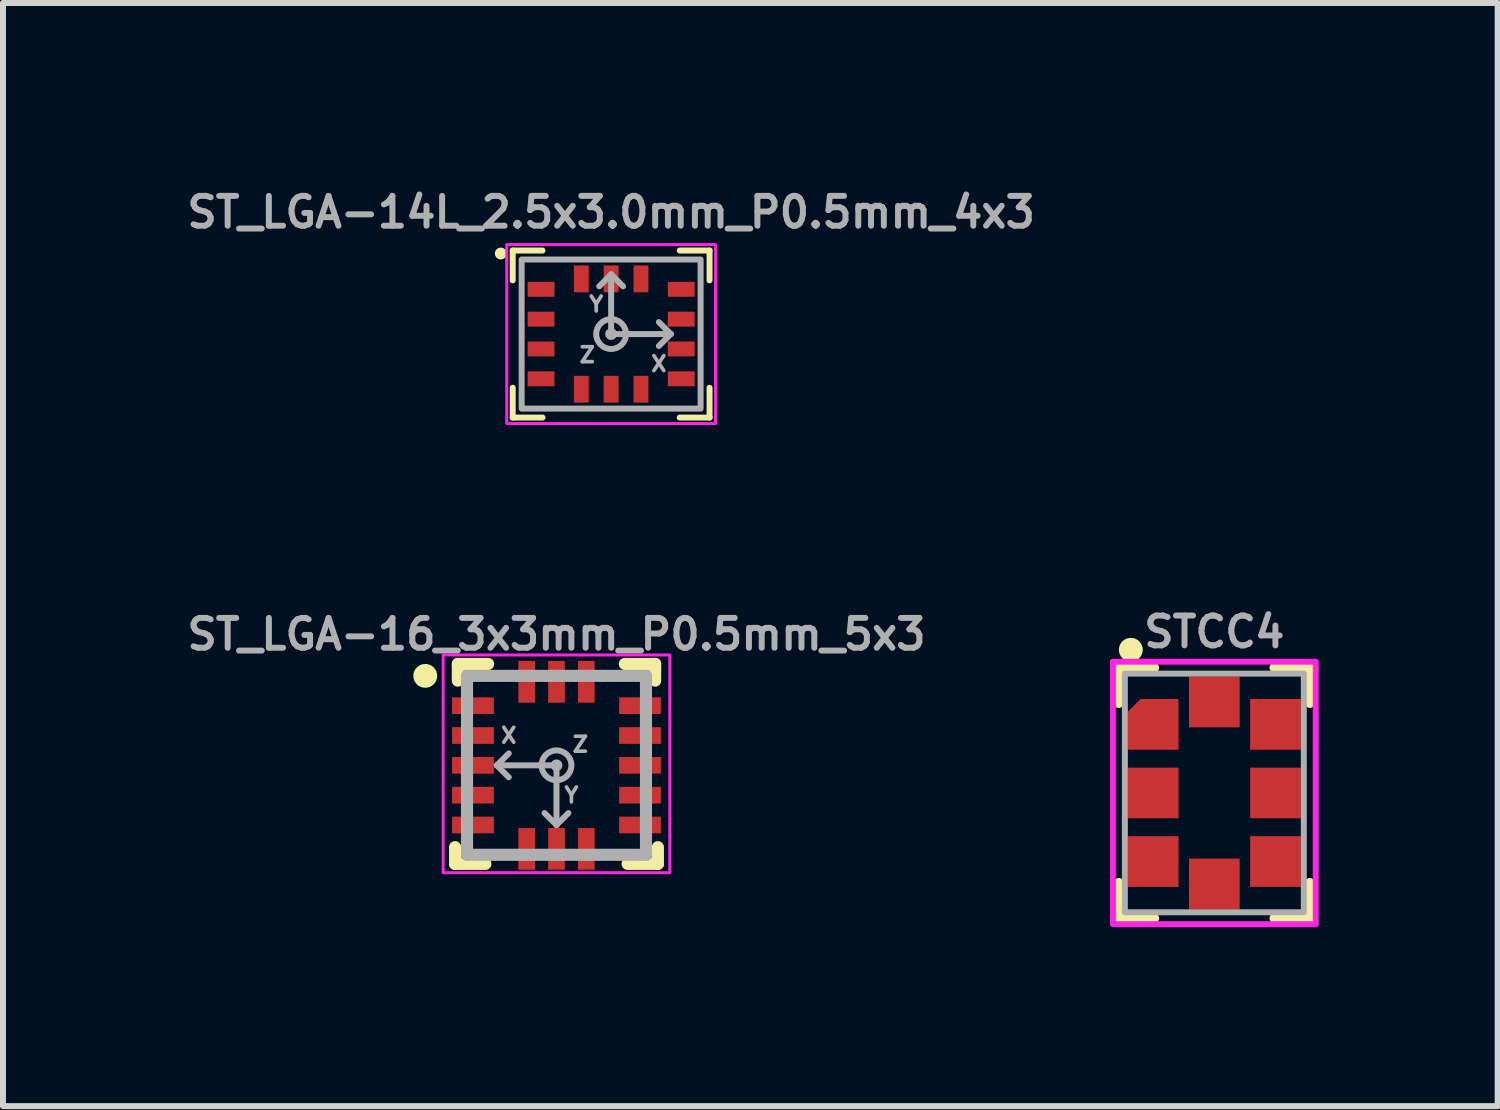
<source format=kicad_pcb>
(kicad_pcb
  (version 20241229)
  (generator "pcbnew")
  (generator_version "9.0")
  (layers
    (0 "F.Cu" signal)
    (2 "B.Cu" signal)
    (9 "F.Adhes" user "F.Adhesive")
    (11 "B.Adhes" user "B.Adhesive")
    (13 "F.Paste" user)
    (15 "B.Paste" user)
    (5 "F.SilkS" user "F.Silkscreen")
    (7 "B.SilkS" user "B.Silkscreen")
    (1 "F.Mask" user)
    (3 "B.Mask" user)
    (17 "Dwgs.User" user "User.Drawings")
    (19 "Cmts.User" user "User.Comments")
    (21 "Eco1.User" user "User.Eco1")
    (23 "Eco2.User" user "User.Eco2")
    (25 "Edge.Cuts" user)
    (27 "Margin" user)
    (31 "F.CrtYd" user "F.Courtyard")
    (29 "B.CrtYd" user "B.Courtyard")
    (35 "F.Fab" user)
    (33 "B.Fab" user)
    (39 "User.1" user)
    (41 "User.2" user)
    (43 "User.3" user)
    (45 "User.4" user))
  (footprint "ST_LGA-14L_2.5x3.0mm_P0.5mm_4x3"
    (layer "F.Cu")
    (at 7.195 2.55)
    (property "Reference" "ST_LGA-14L_2.5x3.0mm_P0.5mm_4x3" (at 0 -1.75 180) (layer "F.Fab") (effects (font (size 0.5 0.5) (thickness 0.1) (bold yes)) (justify bottom)))
    (fp_line (start -1.65 -1.4) (end -1.15 -1.4) (stroke (width 0.1) (type default)) (layer "F.SilkS"))
    (fp_line (start -1.65 -0.9) (end -1.65 -1.4) (stroke (width 0.1) (type default)) (layer "F.SilkS"))
    (fp_line (start -1.65 1.4) (end -1.65 0.9) (stroke (width 0.1) (type default)) (layer "F.SilkS"))
    (fp_line (start -1.15 1.4) (end -1.65 1.4) (stroke (width 0.1) (type default)) (layer "F.SilkS"))
    (fp_line (start 1.15 -1.4) (end 1.65 -1.4) (stroke (width 0.1) (type default)) (layer "F.SilkS"))
    (fp_line (start 1.65 -1.4) (end 1.65 -0.9) (stroke (width 0.1) (type default)) (layer "F.SilkS"))
    (fp_line (start 1.65 0.9) (end 1.65 1.4) (stroke (width 0.1) (type default)) (layer "F.SilkS"))
    (fp_line (start 1.65 1.4) (end 1.15 1.4) (stroke (width 0.1) (type default)) (layer "F.SilkS"))
    (fp_circle (center -1.85 -1.35) (end -1.8 -1.35) (stroke (width 0.1) (type default)) (fill no) (layer "F.SilkS"))
    (fp_rect (start 1.75 -1.5) (end -1.75 1.5) (stroke (width 0.05) (type default)) (fill no) (layer "F.CrtYd"))
    (fp_line (start 0 -1) (end -0.2 -0.8) (stroke (width 0.1) (type default)) (layer "F.Fab"))
    (fp_line (start 0 -1) (end 0.2 -0.8) (stroke (width 0.1) (type default)) (layer "F.Fab"))
    (fp_line (start 0 0) (end 0 -1) (stroke (width 0.1) (type default)) (layer "F.Fab"))
    (fp_line (start 0 0) (end 1 0) (stroke (width 0.1) (type default)) (layer "F.Fab"))
    (fp_line (start 1 0) (end 0.8 -0.2) (stroke (width 0.1) (type default)) (layer "F.Fab"))
    (fp_line (start 1 0) (end 0.8 0.2) (stroke (width 0.1) (type default)) (layer "F.Fab"))
    (fp_rect (start -1.5 -1.25) (end 1.5 1.25) (stroke (width 0.1) (type default)) (fill no) (layer "F.Fab"))
    (fp_circle (center 0 0) (end 0.05 0) (stroke (width 0.1) (type default)) (fill no) (layer "F.Fab"))
    (fp_circle (center 0 0) (end 0.25 0) (stroke (width 0.1) (type default)) (fill no) (layer "F.Fab"))
    (fp_text user "X" (at 0.8 0.5 0) (unlocked yes) (layer "F.Fab") (effects (font (size 0.25 0.25) (thickness 0.062))))
    (fp_text user "Y" (at -0.25 -0.5 0) (unlocked yes) (layer "F.Fab") (effects (font (size 0.25 0.25) (thickness 0.062))))
    (fp_text user "Z" (at -0.4 0.35 0) (unlocked yes) (layer "F.Fab") (effects (font (size 0.25 0.25) (thickness 0.062))))
    (pad "1" smd rect (at -1.175 -0.75) (size 0.45 0.25) (layers "F.Cu" "F.Mask" "F.Paste"))
    (pad "2" smd rect (at -1.175 -0.25) (size 0.45 0.25) (layers "F.Cu" "F.Mask" "F.Paste"))
    (pad "3" smd rect (at -1.175 0.25) (size 0.45 0.25) (layers "F.Cu" "F.Mask" "F.Paste"))
    (pad "4" smd rect (at -1.175 0.75) (size 0.45 0.25) (layers "F.Cu" "F.Mask" "F.Paste"))
    (pad "5" smd rect (at -0.5 0.925 90) (size 0.45 0.25) (layers "F.Cu" "F.Mask" "F.Paste"))
    (pad "6" smd rect (at 0 0.925 90) (size 0.45 0.25) (layers "F.Cu" "F.Mask" "F.Paste"))
    (pad "7" smd rect (at 0.5 0.925 90) (size 0.45 0.25) (layers "F.Cu" "F.Mask" "F.Paste"))
    (pad "8" smd rect (at 1.175 0.75) (size 0.45 0.25) (layers "F.Cu" "F.Mask" "F.Paste"))
    (pad "9" smd rect (at 1.175 0.25) (size 0.45 0.25) (layers "F.Cu" "F.Mask" "F.Paste"))
    (pad "10" smd rect (at 1.175 -0.25) (size 0.45 0.25) (layers "F.Cu" "F.Mask" "F.Paste"))
    (pad "11" smd rect (at 1.175 -0.75) (size 0.45 0.25) (layers "F.Cu" "F.Mask" "F.Paste"))
    (pad "12" smd rect (at 0.5 -0.925 90) (size 0.45 0.25) (layers "F.Cu" "F.Mask" "F.Paste"))
    (pad "13" smd rect (at 0 -0.925 90) (size 0.45 0.25) (layers "F.Cu" "F.Mask" "F.Paste"))
    (pad "14" smd rect (at -0.5 -0.925 90) (size 0.45 0.25) (layers "F.Cu" "F.Mask" "F.Paste")))
  (footprint "ST_LGA-16_3x3mm_P0.5mm_5x3"
    (layer "F.Cu")
    (at 6.279 9.78)
    (property "Reference" "ST_LGA-16_3x3mm_P0.5mm_5x3" (at 0 -1.905 0) (unlocked yes) (layer "F.Fab") (effects (font (size 0.5 0.5) (thickness 0.1) (bold yes)) (justify bottom)))
    (fp_line (start -1.7 1.372) (end -1.7 1.652) (stroke (width 0.203) (type solid)) (layer "F.SilkS"))
    (fp_line (start -1.7 1.652) (end -1.192 1.652) (stroke (width 0.203) (type solid)) (layer "F.SilkS"))
    (fp_line (start -1.654 -1.7) (end -1.654 -1.42) (stroke (width 0.203) (type solid)) (layer "F.SilkS"))
    (fp_line (start -1.146 -1.7) (end -1.654 -1.7) (stroke (width 0.203) (type solid)) (layer "F.SilkS"))
    (fp_line (start 1.146 -1.7) (end 1.654 -1.7) (stroke (width 0.203) (type solid)) (layer "F.SilkS"))
    (fp_line (start 1.192 1.652) (end 1.7 1.652) (stroke (width 0.203) (type solid)) (layer "F.SilkS"))
    (fp_line (start 1.654 -1.7) (end 1.654 -1.42) (stroke (width 0.203) (type solid)) (layer "F.SilkS"))
    (fp_line (start 1.7 1.372) (end 1.7 1.652) (stroke (width 0.203) (type solid)) (layer "F.SilkS"))
    (fp_circle (center -2.2 -1.5) (end -2.3 -1.5) (stroke (width 0.2) (type solid)) (fill yes) (layer "F.SilkS"))
    (fp_rect (start -1.9 -1.85) (end 1.9 1.8) (stroke (width 0.05) (type default)) (fill no) (layer "F.CrtYd"))
    (fp_line (start -1.5 -1.5) (end 1.5 -1.5) (stroke (width 0.203) (type solid)) (layer "F.Fab"))
    (fp_line (start -1.5 1.5) (end -1.5 -1.5) (stroke (width 0.203) (type solid)) (layer "F.Fab"))
    (fp_line (start -1 0) (end -0.8 -0.2) (stroke (width 0.1) (type default)) (layer "F.Fab"))
    (fp_line (start -1 0) (end -0.8 0.2) (stroke (width 0.1) (type default)) (layer "F.Fab"))
    (fp_line (start 0 0) (end -1 0) (stroke (width 0.1) (type default)) (layer "F.Fab"))
    (fp_line (start 0 0) (end 0 1) (stroke (width 0.1) (type default)) (layer "F.Fab"))
    (fp_line (start 0 1) (end -0.2 0.8) (stroke (width 0.1) (type default)) (layer "F.Fab"))
    (fp_line (start 0 1) (end 0.2 0.8) (stroke (width 0.1) (type default)) (layer "F.Fab"))
    (fp_line (start 1.5 -1.5) (end 1.5 1.5) (stroke (width 0.203) (type solid)) (layer "F.Fab"))
    (fp_line (start 1.5 1.5) (end -1.5 1.5) (stroke (width 0.203) (type solid)) (layer "F.Fab"))
    (fp_circle (center 0 0) (end -0.25 0) (stroke (width 0.1) (type default)) (fill no) (layer "F.Fab"))
    (fp_circle (center 0 0) (end -0.05 0) (stroke (width 0.1) (type default)) (fill no) (layer "F.Fab"))
    (fp_text user "Z" (at 0.4 -0.35 0) (unlocked yes) (layer "F.Fab") (effects (font (size 0.25 0.25) (thickness 0.062))))
    (fp_text user "Y" (at 0.25 0.5 0) (unlocked yes) (layer "F.Fab") (effects (font (size 0.25 0.25) (thickness 0.062))))
    (fp_text user "X" (at -0.8 -0.5 0) (unlocked yes) (layer "F.Fab") (effects (font (size 0.25 0.25) (thickness 0.062))))
    (pad "1" smd rect (at -1.4 -1 180) (size 0.7 0.28) (layers "F.Cu" "F.Mask" "F.Paste"))
    (pad "2" smd rect (at -1.4 -0.5) (size 0.7 0.28) (layers "F.Cu" "F.Mask" "F.Paste"))
    (pad "3" smd rect (at -1.4 0) (size 0.7 0.28) (layers "F.Cu" "F.Mask" "F.Paste"))
    (pad "4" smd rect (at -1.4 0.5) (size 0.7 0.28) (layers "F.Cu" "F.Mask" "F.Paste"))
    (pad "5" smd rect (at -1.4 1 180) (size 0.7 0.28) (layers "F.Cu" "F.Mask" "F.Paste"))
    (pad "6" smd rect (at -0.5 1.4 90) (size 0.7 0.28) (layers "F.Cu" "F.Mask" "F.Paste"))
    (pad "7" smd rect (at 0 1.4 90) (size 0.7 0.28) (layers "F.Cu" "F.Mask" "F.Paste"))
    (pad "8" smd rect (at 0.5 1.4 90) (size 0.7 0.28) (layers "F.Cu" "F.Mask" "F.Paste"))
    (pad "9" smd rect (at 1.4 1 180) (size 0.7 0.28) (layers "F.Cu" "F.Mask" "F.Paste"))
    (pad "10" smd rect (at 1.4 0.5 180) (size 0.7 0.28) (layers "F.Cu" "F.Mask" "F.Paste"))
    (pad "11" smd rect (at 1.4 0 180) (size 0.7 0.28) (layers "F.Cu" "F.Mask" "F.Paste"))
    (pad "12" smd rect (at 1.4 -0.5 180) (size 0.7 0.28) (layers "F.Cu" "F.Mask" "F.Paste"))
    (pad "13" smd rect (at 1.4 -1 180) (size 0.7 0.28) (layers "F.Cu" "F.Mask" "F.Paste"))
    (pad "14" smd rect (at 0.5 -1.4 270) (size 0.7 0.28) (layers "F.Cu" "F.Mask" "F.Paste"))
    (pad "15" smd rect (at 0 -1.4 270) (size 0.7 0.28) (layers "F.Cu" "F.Mask" "F.Paste"))
    (pad "16" smd rect (at -0.5 -1.4 270) (size 0.7 0.28) (layers "F.Cu" "F.Mask" "F.Paste"))
    (zone (net_name "") (layers "F.Cu" "F.SilkS") (name "MEMs Keepout") (hatch edge 0.5) (connect_pads) (min_thickness 0.25) (filled_areas_thickness no) (keepout (tracks not_allowed) (vias not_allowed) (pads not_allowed) (copperpour not_allowed) (footprints allowed)) (placement (enabled no)) (fill) (polygon (pts (xy 5.329 8.83) (xy 5.329 10.73) (xy 7.229 10.73) (xy 7.229 8.83)))))
  (footprint "STCC4"
    (layer "F.Cu")
    (at 17.307 10.243)
    (property "Reference" "STCC4" (at 0 -2.7 0) (unlocked yes) (layer "F.Fab") (effects (font (size 0.5 0.5) (thickness 0.1))))
    (attr smd)
    (fp_line (start -1.6 -2.1) (end -1 -2.1) (stroke (width 0.15) (type default)) (layer "F.SilkS"))
    (fp_line (start -1.6 -1.5) (end -1.6 -2.1) (stroke (width 0.15) (type default)) (layer "F.SilkS"))
    (fp_line (start -1.6 2.1) (end -1.6 1.5) (stroke (width 0.15) (type default)) (layer "F.SilkS"))
    (fp_line (start -1 2.1) (end -1.6 2.1) (stroke (width 0.15) (type default)) (layer "F.SilkS"))
    (fp_line (start 1 -2.1) (end 1.6 -2.1) (stroke (width 0.15) (type default)) (layer "F.SilkS"))
    (fp_line (start 1.6 -2.1) (end 1.6 -1.5) (stroke (width 0.15) (type default)) (layer "F.SilkS"))
    (fp_line (start 1.6 1.5) (end 1.6 2.1) (stroke (width 0.15) (type default)) (layer "F.SilkS"))
    (fp_line (start 1.6 2.1) (end 1 2.1) (stroke (width 0.15) (type default)) (layer "F.SilkS"))
    (fp_circle (center -1.4 -2.4) (end -1.5 -2.4) (stroke (width 0.2) (type solid)) (fill yes) (layer "F.SilkS"))
    (fp_rect (start -1.7 -2.2) (end 1.7 2.2) (stroke (width 0.1) (type solid)) (fill no) (layer "F.CrtYd"))
    (fp_rect (start -1.5 -2) (end 1.5 2) (stroke (width 0.1) (type solid)) (fill no) (layer "F.Fab"))
    (pad "1" smd roundrect (at -1.025 -1.15) (size 0.85 0.85) (layers "F.Cu" "F.Mask" "F.Paste") (roundrect_rratio 0) (chamfer_ratio 0.25) (chamfer top_left))
    (pad "2" smd rect (at -1.025 0) (size 0.85 0.85) (layers "F.Cu" "F.Mask" "F.Paste"))
    (pad "3" smd rect (at -1.025 1.15) (size 0.85 0.85) (layers "F.Cu" "F.Mask" "F.Paste"))
    (pad "4" smd rect (at 0 1.525) (size 0.85 0.85) (layers "F.Cu" "F.Mask" "F.Paste"))
    (pad "5" smd rect (at 1.025 1.15) (size 0.85 0.85) (layers "F.Cu" "F.Mask" "F.Paste"))
    (pad "6" smd rect (at 1.025 0) (size 0.85 0.85) (layers "F.Cu" "F.Mask" "F.Paste"))
    (pad "7" smd rect (at 1.025 -1.15) (size 0.85 0.85) (layers "F.Cu" "F.Mask" "F.Paste"))
    (pad "8" smd rect (at 0 -1.525) (size 0.85 0.85) (layers "F.Cu" "F.Mask" "F.Paste")))
  (gr_rect
    (start -3 -3)
    (end 22.057 15.493)
    (stroke (width 0.1) (type default))
    (fill no)
    (layer "Edge.Cuts")))
</source>
